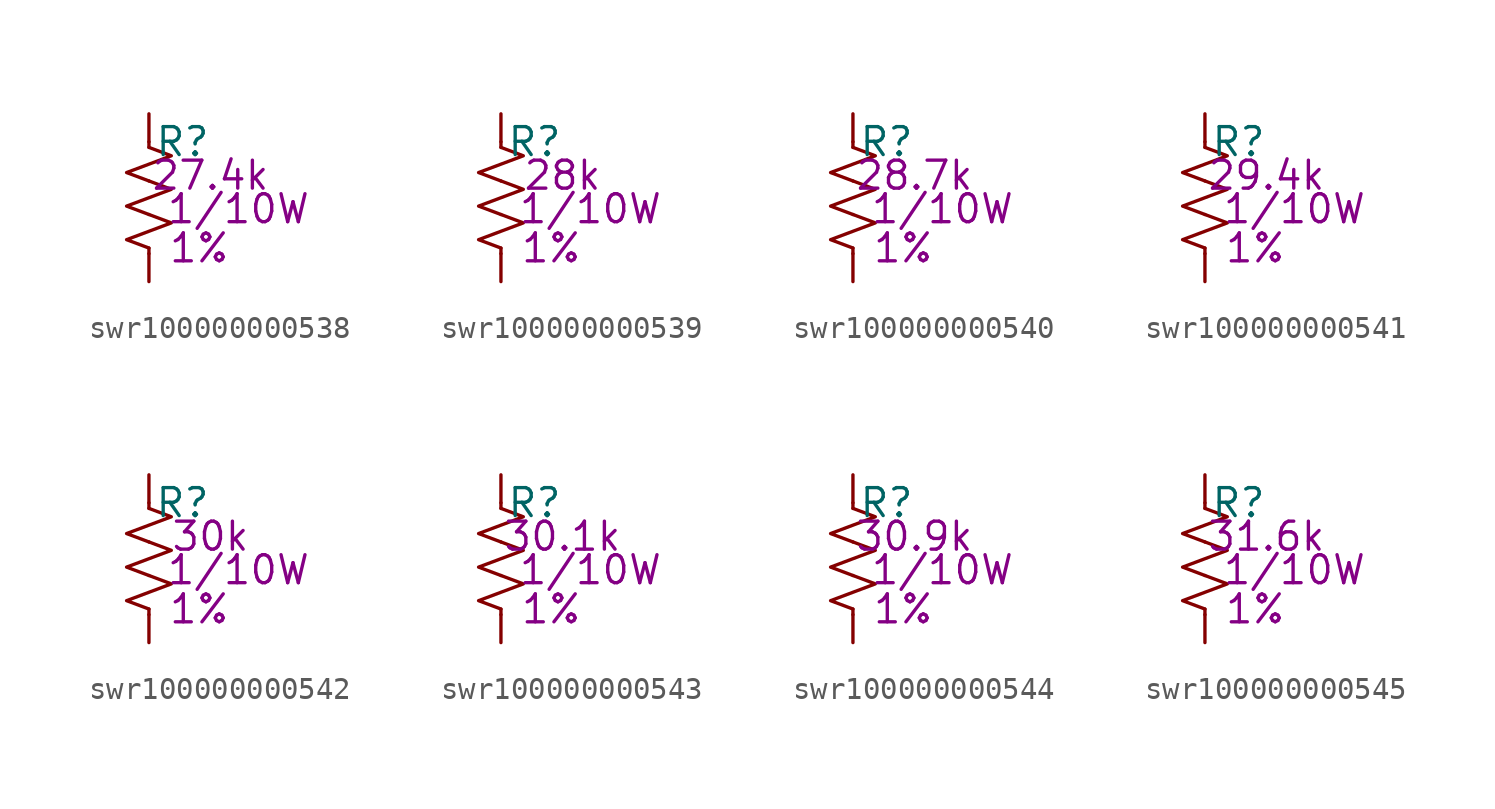
<source format=kicad_sym>
(kicad_symbol_lib
  (version 20211014)
  (generator kicad_symbol_editor)
  (symbol "swr100000000538"
    (pin_numbers hide)
    (pin_names
      (offset 1.016))
    (property "Reference" "R"
      (at 1.524 2.54 0)
      (effects (font (size 1.27 1.27))))
    (property "Tolerance" "1%"
      (at 2.286 -2.286 0)
      (effects (font (size 1.27 1.27))))
    (property "Wattage" "1/10W"
      (at 4.064 -0.508 0)
      (effects (font (size 1.27 1.27))))
    (property "PartValue" "27.4k"
      (at 2.794 1.016 0)
      (effects (font (size 1.27 1.27))))
    (symbol "swr100000000538_1_1"
      (polyline (pts (xy 0 -2.286) (xy 0 -2.54)) (stroke (width 0) (type default) (color 0 0 0 0)) (fill (type none)))
      (polyline (pts (xy 0 2.286) (xy 0 2.54)) (stroke (width 0) (type default) (color 0 0 0 0)) (fill (type none)))
      (polyline (pts (xy 0 -0.762) (xy 1.016 -1.143) (xy 0 -1.524) (xy -1.016 -1.905) (xy 0 -2.286)) (stroke (width 0) (type default) (color 0 0 0 0)) (fill (type none)))
      (polyline (pts (xy 0 0.762) (xy 1.016 0.381) (xy 0 0) (xy -1.016 -0.381) (xy 0 -0.762)) (stroke (width 0) (type default) (color 0 0 0 0)) (fill (type none)))
      (polyline (pts (xy 0 2.286) (xy 1.016 1.905) (xy 0 1.524) (xy -1.016 1.143) (xy 0 0.762)) (stroke (width 0) (type default) (color 0 0 0 0)) (fill (type none)))
      (pin passive line (at 0 3.81 270) (length 1.27) (name "~" (effects (font (size 1.27 1.27)))) (number "1" (effects (font (size 1.27 1.27)))))
      (pin passive line (at 0 -3.81 90) (length 1.27) (name "~" (effects (font (size 1.27 1.27)))) (number "2" (effects (font (size 1.27 1.27)))))))
  (symbol "swr100000000539"
    (pin_numbers hide)
    (pin_names
      (offset 1.016))
    (property "Reference" "R"
      (at 1.524 2.54 0)
      (effects (font (size 1.27 1.27))))
    (property "Tolerance" "1%"
      (at 2.286 -2.286 0)
      (effects (font (size 1.27 1.27))))
    (property "Wattage" "1/10W"
      (at 4.064 -0.508 0)
      (effects (font (size 1.27 1.27))))
    (property "PartValue" "28k"
      (at 2.794 1.016 0)
      (effects (font (size 1.27 1.27))))
    (symbol "swr100000000539_1_1"
      (polyline (pts (xy 0 -2.286) (xy 0 -2.54)) (stroke (width 0) (type default) (color 0 0 0 0)) (fill (type none)))
      (polyline (pts (xy 0 2.286) (xy 0 2.54)) (stroke (width 0) (type default) (color 0 0 0 0)) (fill (type none)))
      (polyline (pts (xy 0 -0.762) (xy 1.016 -1.143) (xy 0 -1.524) (xy -1.016 -1.905) (xy 0 -2.286)) (stroke (width 0) (type default) (color 0 0 0 0)) (fill (type none)))
      (polyline (pts (xy 0 0.762) (xy 1.016 0.381) (xy 0 0) (xy -1.016 -0.381) (xy 0 -0.762)) (stroke (width 0) (type default) (color 0 0 0 0)) (fill (type none)))
      (polyline (pts (xy 0 2.286) (xy 1.016 1.905) (xy 0 1.524) (xy -1.016 1.143) (xy 0 0.762)) (stroke (width 0) (type default) (color 0 0 0 0)) (fill (type none)))
      (pin passive line (at 0 3.81 270) (length 1.27) (name "~" (effects (font (size 1.27 1.27)))) (number "1" (effects (font (size 1.27 1.27)))))
      (pin passive line (at 0 -3.81 90) (length 1.27) (name "~" (effects (font (size 1.27 1.27)))) (number "2" (effects (font (size 1.27 1.27)))))))
  (symbol "swr100000000540"
    (pin_numbers hide)
    (pin_names
      (offset 1.016))
    (property "Reference" "R"
      (at 1.524 2.54 0)
      (effects (font (size 1.27 1.27))))
    (property "Tolerance" "1%"
      (at 2.286 -2.286 0)
      (effects (font (size 1.27 1.27))))
    (property "Wattage" "1/10W"
      (at 4.064 -0.508 0)
      (effects (font (size 1.27 1.27))))
    (property "PartValue" "28.7k"
      (at 2.794 1.016 0)
      (effects (font (size 1.27 1.27))))
    (symbol "swr100000000540_1_1"
      (polyline (pts (xy 0 -2.286) (xy 0 -2.54)) (stroke (width 0) (type default) (color 0 0 0 0)) (fill (type none)))
      (polyline (pts (xy 0 2.286) (xy 0 2.54)) (stroke (width 0) (type default) (color 0 0 0 0)) (fill (type none)))
      (polyline (pts (xy 0 -0.762) (xy 1.016 -1.143) (xy 0 -1.524) (xy -1.016 -1.905) (xy 0 -2.286)) (stroke (width 0) (type default) (color 0 0 0 0)) (fill (type none)))
      (polyline (pts (xy 0 0.762) (xy 1.016 0.381) (xy 0 0) (xy -1.016 -0.381) (xy 0 -0.762)) (stroke (width 0) (type default) (color 0 0 0 0)) (fill (type none)))
      (polyline (pts (xy 0 2.286) (xy 1.016 1.905) (xy 0 1.524) (xy -1.016 1.143) (xy 0 0.762)) (stroke (width 0) (type default) (color 0 0 0 0)) (fill (type none)))
      (pin passive line (at 0 3.81 270) (length 1.27) (name "~" (effects (font (size 1.27 1.27)))) (number "1" (effects (font (size 1.27 1.27)))))
      (pin passive line (at 0 -3.81 90) (length 1.27) (name "~" (effects (font (size 1.27 1.27)))) (number "2" (effects (font (size 1.27 1.27)))))))
  (symbol "swr100000000541"
    (pin_numbers hide)
    (pin_names
      (offset 1.016))
    (property "Reference" "R"
      (at 1.524 2.54 0)
      (effects (font (size 1.27 1.27))))
    (property "Tolerance" "1%"
      (at 2.286 -2.286 0)
      (effects (font (size 1.27 1.27))))
    (property "Wattage" "1/10W"
      (at 4.064 -0.508 0)
      (effects (font (size 1.27 1.27))))
    (property "PartValue" "29.4k"
      (at 2.794 1.016 0)
      (effects (font (size 1.27 1.27))))
    (symbol "swr100000000541_1_1"
      (polyline (pts (xy 0 -2.286) (xy 0 -2.54)) (stroke (width 0) (type default) (color 0 0 0 0)) (fill (type none)))
      (polyline (pts (xy 0 2.286) (xy 0 2.54)) (stroke (width 0) (type default) (color 0 0 0 0)) (fill (type none)))
      (polyline (pts (xy 0 -0.762) (xy 1.016 -1.143) (xy 0 -1.524) (xy -1.016 -1.905) (xy 0 -2.286)) (stroke (width 0) (type default) (color 0 0 0 0)) (fill (type none)))
      (polyline (pts (xy 0 0.762) (xy 1.016 0.381) (xy 0 0) (xy -1.016 -0.381) (xy 0 -0.762)) (stroke (width 0) (type default) (color 0 0 0 0)) (fill (type none)))
      (polyline (pts (xy 0 2.286) (xy 1.016 1.905) (xy 0 1.524) (xy -1.016 1.143) (xy 0 0.762)) (stroke (width 0) (type default) (color 0 0 0 0)) (fill (type none)))
      (pin passive line (at 0 3.81 270) (length 1.27) (name "~" (effects (font (size 1.27 1.27)))) (number "1" (effects (font (size 1.27 1.27)))))
      (pin passive line (at 0 -3.81 90) (length 1.27) (name "~" (effects (font (size 1.27 1.27)))) (number "2" (effects (font (size 1.27 1.27)))))))
  (symbol "swr100000000542"
    (pin_numbers hide)
    (pin_names
      (offset 1.016))
    (property "Reference" "R"
      (at 1.524 2.54 0)
      (effects (font (size 1.27 1.27))))
    (property "Tolerance" "1%"
      (at 2.286 -2.286 0)
      (effects (font (size 1.27 1.27))))
    (property "Wattage" "1/10W"
      (at 4.064 -0.508 0)
      (effects (font (size 1.27 1.27))))
    (property "PartValue" "30k"
      (at 2.794 1.016 0)
      (effects (font (size 1.27 1.27))))
    (symbol "swr100000000542_1_1"
      (polyline (pts (xy 0 -2.286) (xy 0 -2.54)) (stroke (width 0) (type default) (color 0 0 0 0)) (fill (type none)))
      (polyline (pts (xy 0 2.286) (xy 0 2.54)) (stroke (width 0) (type default) (color 0 0 0 0)) (fill (type none)))
      (polyline (pts (xy 0 -0.762) (xy 1.016 -1.143) (xy 0 -1.524) (xy -1.016 -1.905) (xy 0 -2.286)) (stroke (width 0) (type default) (color 0 0 0 0)) (fill (type none)))
      (polyline (pts (xy 0 0.762) (xy 1.016 0.381) (xy 0 0) (xy -1.016 -0.381) (xy 0 -0.762)) (stroke (width 0) (type default) (color 0 0 0 0)) (fill (type none)))
      (polyline (pts (xy 0 2.286) (xy 1.016 1.905) (xy 0 1.524) (xy -1.016 1.143) (xy 0 0.762)) (stroke (width 0) (type default) (color 0 0 0 0)) (fill (type none)))
      (pin passive line (at 0 3.81 270) (length 1.27) (name "~" (effects (font (size 1.27 1.27)))) (number "1" (effects (font (size 1.27 1.27)))))
      (pin passive line (at 0 -3.81 90) (length 1.27) (name "~" (effects (font (size 1.27 1.27)))) (number "2" (effects (font (size 1.27 1.27)))))))
  (symbol "swr100000000543"
    (pin_numbers hide)
    (pin_names
      (offset 1.016))
    (property "Reference" "R"
      (at 1.524 2.54 0)
      (effects (font (size 1.27 1.27))))
    (property "Tolerance" "1%"
      (at 2.286 -2.286 0)
      (effects (font (size 1.27 1.27))))
    (property "Wattage" "1/10W"
      (at 4.064 -0.508 0)
      (effects (font (size 1.27 1.27))))
    (property "PartValue" "30.1k"
      (at 2.794 1.016 0)
      (effects (font (size 1.27 1.27))))
    (symbol "swr100000000543_1_1"
      (polyline (pts (xy 0 -2.286) (xy 0 -2.54)) (stroke (width 0) (type default) (color 0 0 0 0)) (fill (type none)))
      (polyline (pts (xy 0 2.286) (xy 0 2.54)) (stroke (width 0) (type default) (color 0 0 0 0)) (fill (type none)))
      (polyline (pts (xy 0 -0.762) (xy 1.016 -1.143) (xy 0 -1.524) (xy -1.016 -1.905) (xy 0 -2.286)) (stroke (width 0) (type default) (color 0 0 0 0)) (fill (type none)))
      (polyline (pts (xy 0 0.762) (xy 1.016 0.381) (xy 0 0) (xy -1.016 -0.381) (xy 0 -0.762)) (stroke (width 0) (type default) (color 0 0 0 0)) (fill (type none)))
      (polyline (pts (xy 0 2.286) (xy 1.016 1.905) (xy 0 1.524) (xy -1.016 1.143) (xy 0 0.762)) (stroke (width 0) (type default) (color 0 0 0 0)) (fill (type none)))
      (pin passive line (at 0 3.81 270) (length 1.27) (name "~" (effects (font (size 1.27 1.27)))) (number "1" (effects (font (size 1.27 1.27)))))
      (pin passive line (at 0 -3.81 90) (length 1.27) (name "~" (effects (font (size 1.27 1.27)))) (number "2" (effects (font (size 1.27 1.27)))))))
  (symbol "swr100000000544"
    (pin_numbers hide)
    (pin_names
      (offset 1.016))
    (property "Reference" "R"
      (at 1.524 2.54 0)
      (effects (font (size 1.27 1.27))))
    (property "Tolerance" "1%"
      (at 2.286 -2.286 0)
      (effects (font (size 1.27 1.27))))
    (property "Wattage" "1/10W"
      (at 4.064 -0.508 0)
      (effects (font (size 1.27 1.27))))
    (property "PartValue" "30.9k"
      (at 2.794 1.016 0)
      (effects (font (size 1.27 1.27))))
    (symbol "swr100000000544_1_1"
      (polyline (pts (xy 0 -2.286) (xy 0 -2.54)) (stroke (width 0) (type default) (color 0 0 0 0)) (fill (type none)))
      (polyline (pts (xy 0 2.286) (xy 0 2.54)) (stroke (width 0) (type default) (color 0 0 0 0)) (fill (type none)))
      (polyline (pts (xy 0 -0.762) (xy 1.016 -1.143) (xy 0 -1.524) (xy -1.016 -1.905) (xy 0 -2.286)) (stroke (width 0) (type default) (color 0 0 0 0)) (fill (type none)))
      (polyline (pts (xy 0 0.762) (xy 1.016 0.381) (xy 0 0) (xy -1.016 -0.381) (xy 0 -0.762)) (stroke (width 0) (type default) (color 0 0 0 0)) (fill (type none)))
      (polyline (pts (xy 0 2.286) (xy 1.016 1.905) (xy 0 1.524) (xy -1.016 1.143) (xy 0 0.762)) (stroke (width 0) (type default) (color 0 0 0 0)) (fill (type none)))
      (pin passive line (at 0 3.81 270) (length 1.27) (name "~" (effects (font (size 1.27 1.27)))) (number "1" (effects (font (size 1.27 1.27)))))
      (pin passive line (at 0 -3.81 90) (length 1.27) (name "~" (effects (font (size 1.27 1.27)))) (number "2" (effects (font (size 1.27 1.27)))))))
  (symbol "swr100000000545"
    (pin_numbers hide)
    (pin_names
      (offset 1.016))
    (property "Reference" "R"
      (at 1.524 2.54 0)
      (effects (font (size 1.27 1.27))))
    (property "Tolerance" "1%"
      (at 2.286 -2.286 0)
      (effects (font (size 1.27 1.27))))
    (property "Wattage" "1/10W"
      (at 4.064 -0.508 0)
      (effects (font (size 1.27 1.27))))
    (property "PartValue" "31.6k"
      (at 2.794 1.016 0)
      (effects (font (size 1.27 1.27))))
    (symbol "swr100000000545_1_1"
      (polyline (pts (xy 0 -2.286) (xy 0 -2.54)) (stroke (width 0) (type default) (color 0 0 0 0)) (fill (type none)))
      (polyline (pts (xy 0 2.286) (xy 0 2.54)) (stroke (width 0) (type default) (color 0 0 0 0)) (fill (type none)))
      (polyline (pts (xy 0 -0.762) (xy 1.016 -1.143) (xy 0 -1.524) (xy -1.016 -1.905) (xy 0 -2.286)) (stroke (width 0) (type default) (color 0 0 0 0)) (fill (type none)))
      (polyline (pts (xy 0 0.762) (xy 1.016 0.381) (xy 0 0) (xy -1.016 -0.381) (xy 0 -0.762)) (stroke (width 0) (type default) (color 0 0 0 0)) (fill (type none)))
      (polyline (pts (xy 0 2.286) (xy 1.016 1.905) (xy 0 1.524) (xy -1.016 1.143) (xy 0 0.762)) (stroke (width 0) (type default) (color 0 0 0 0)) (fill (type none)))
      (pin passive line (at 0 3.81 270) (length 1.27) (name "~" (effects (font (size 1.27 1.27)))) (number "1" (effects (font (size 1.27 1.27)))))
      (pin passive line (at 0 -3.81 90) (length 1.27) (name "~" (effects (font (size 1.27 1.27)))) (number "2" (effects (font (size 1.27 1.27))))))))
</source>
